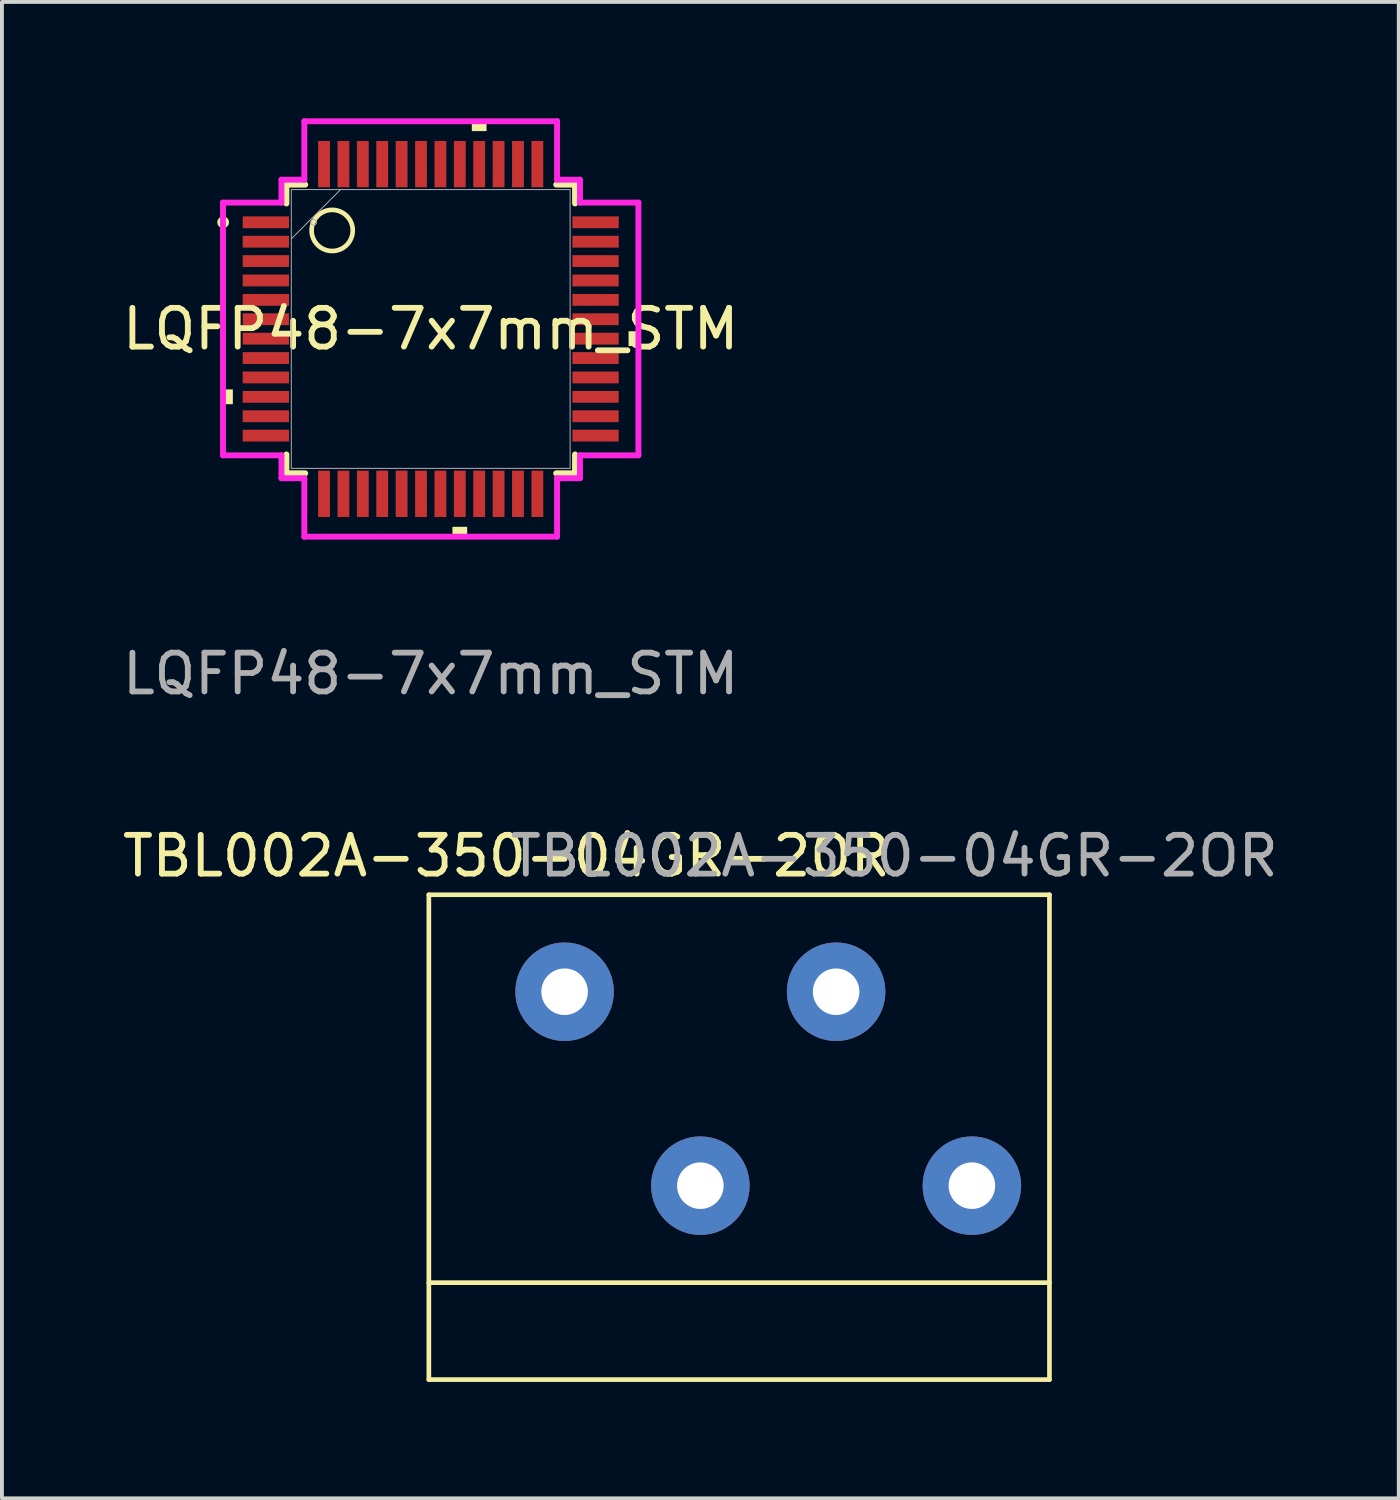
<source format=kicad_pcb>
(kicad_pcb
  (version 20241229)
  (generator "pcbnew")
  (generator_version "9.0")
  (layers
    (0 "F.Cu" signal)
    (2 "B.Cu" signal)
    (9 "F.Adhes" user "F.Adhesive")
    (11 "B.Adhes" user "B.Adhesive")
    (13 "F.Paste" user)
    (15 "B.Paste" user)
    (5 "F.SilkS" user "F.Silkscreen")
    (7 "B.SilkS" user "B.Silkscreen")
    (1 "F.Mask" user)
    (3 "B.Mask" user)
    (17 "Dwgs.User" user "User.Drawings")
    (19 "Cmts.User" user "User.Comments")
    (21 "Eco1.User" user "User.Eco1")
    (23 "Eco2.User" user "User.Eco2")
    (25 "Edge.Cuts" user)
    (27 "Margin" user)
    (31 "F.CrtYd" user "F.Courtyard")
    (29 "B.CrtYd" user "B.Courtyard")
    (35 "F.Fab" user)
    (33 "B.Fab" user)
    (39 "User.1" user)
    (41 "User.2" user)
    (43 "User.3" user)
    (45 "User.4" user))
  (footprint "LQFP48-7x7mm_STM"
    (layer "F.Cu")
    (at 8.054 5.431)
    (property "Reference" "LQFP48-7x7mm_STM" (at 0 0 0) (unlocked yes) (layer "F.SilkS") (effects (font (size 1 1) (thickness 0.15))))
    (attr smd)
    (fp_line (start -3.721 -3.721) (end -3.721 -3.235) (stroke (width 0.152) (type solid)) (layer "F.SilkS"))
    (fp_line (start -3.721 3.235) (end -3.721 3.721) (stroke (width 0.152) (type solid)) (layer "F.SilkS"))
    (fp_line (start -3.721 3.721) (end -3.235 3.721) (stroke (width 0.152) (type solid)) (layer "F.SilkS"))
    (fp_line (start -3.235 -3.721) (end -3.721 -3.721) (stroke (width 0.152) (type solid)) (layer "F.SilkS"))
    (fp_line (start 3.235 3.721) (end 3.721 3.721) (stroke (width 0.152) (type solid)) (layer "F.SilkS"))
    (fp_line (start 3.721 -3.721) (end 3.235 -3.721) (stroke (width 0.152) (type solid)) (layer "F.SilkS"))
    (fp_line (start 3.721 -3.235) (end 3.721 -3.721) (stroke (width 0.152) (type solid)) (layer "F.SilkS"))
    (fp_line (start 3.721 3.721) (end 3.721 3.235) (stroke (width 0.152) (type solid)) (layer "F.SilkS"))
    (fp_circle (center -5.351 -2.75) (end -5.275 -2.75) (stroke (width 0.152) (type solid)) (fill no) (layer "F.SilkS"))
    (fp_circle (center -2.54 -2.54) (end -2.01 -2.551) (stroke (width 0.12) (type default)) (fill no) (layer "F.SilkS"))
    (fp_poly (pts (xy -5.355 1.559) (xy -5.355 1.94) (xy -5.101 1.94) (xy -5.101 1.559)) (stroke (width 0) (type solid)) (fill yes) (layer "F.SilkS"))
    (fp_poly (pts (xy 0.56 5.101) (xy 0.56 5.355) (xy 0.941 5.355) (xy 0.941 5.101)) (stroke (width 0) (type solid)) (fill yes) (layer "F.SilkS"))
    (fp_poly (pts (xy 1.06 -5.101) (xy 1.06 -5.355) (xy 1.44 -5.355) (xy 1.44 -5.101)) (stroke (width 0) (type solid)) (fill yes) (layer "F.SilkS"))
    (fp_poly (pts (xy 5.355 0.059) (xy 5.355 0.441) (xy 5.101 0.441) (xy 5.101 0.059)) (stroke (width 0) (type solid)) (fill yes) (layer "F.SilkS"))
    (fp_line (start -5.355 -3.258) (end -3.848 -3.258) (stroke (width 0.152) (type solid)) (layer "F.CrtYd"))
    (fp_line (start -5.355 3.258) (end -5.355 -3.258) (stroke (width 0.152) (type solid)) (layer "F.CrtYd"))
    (fp_line (start -3.848 -3.848) (end -3.258 -3.848) (stroke (width 0.152) (type solid)) (layer "F.CrtYd"))
    (fp_line (start -3.848 -3.258) (end -3.848 -3.848) (stroke (width 0.152) (type solid)) (layer "F.CrtYd"))
    (fp_line (start -3.848 3.258) (end -5.355 3.258) (stroke (width 0.152) (type solid)) (layer "F.CrtYd"))
    (fp_line (start -3.848 3.848) (end -3.848 3.258) (stroke (width 0.152) (type solid)) (layer "F.CrtYd"))
    (fp_line (start -3.258 -5.355) (end 3.258 -5.355) (stroke (width 0.152) (type solid)) (layer "F.CrtYd"))
    (fp_line (start -3.258 -3.848) (end -3.258 -5.355) (stroke (width 0.152) (type solid)) (layer "F.CrtYd"))
    (fp_line (start -3.258 3.848) (end -3.848 3.848) (stroke (width 0.152) (type solid)) (layer "F.CrtYd"))
    (fp_line (start -3.258 5.355) (end -3.258 3.848) (stroke (width 0.152) (type solid)) (layer "F.CrtYd"))
    (fp_line (start 3.258 -5.355) (end 3.258 -3.848) (stroke (width 0.152) (type solid)) (layer "F.CrtYd"))
    (fp_line (start 3.258 -3.848) (end 3.848 -3.848) (stroke (width 0.152) (type solid)) (layer "F.CrtYd"))
    (fp_line (start 3.258 3.848) (end 3.258 5.355) (stroke (width 0.152) (type solid)) (layer "F.CrtYd"))
    (fp_line (start 3.258 5.355) (end -3.258 5.355) (stroke (width 0.152) (type solid)) (layer "F.CrtYd"))
    (fp_line (start 3.848 -3.848) (end 3.848 -3.258) (stroke (width 0.152) (type solid)) (layer "F.CrtYd"))
    (fp_line (start 3.848 -3.258) (end 5.355 -3.258) (stroke (width 0.152) (type solid)) (layer "F.CrtYd"))
    (fp_line (start 3.848 3.258) (end 3.848 3.848) (stroke (width 0.152) (type solid)) (layer "F.CrtYd"))
    (fp_line (start 3.848 3.848) (end 3.258 3.848) (stroke (width 0.152) (type solid)) (layer "F.CrtYd"))
    (fp_line (start 5.355 -3.258) (end 5.355 3.258) (stroke (width 0.152) (type solid)) (layer "F.CrtYd"))
    (fp_line (start 5.355 3.258) (end 3.848 3.258) (stroke (width 0.152) (type solid)) (layer "F.CrtYd"))
    (fp_line (start -3.594 -3.594) (end -3.594 3.594) (stroke (width 0.025) (type solid)) (layer "F.Fab"))
    (fp_line (start -3.594 -2.324) (end -2.324 -3.594) (stroke (width 0.025) (type solid)) (layer "F.Fab"))
    (fp_line (start -3.594 3.594) (end 3.594 3.594) (stroke (width 0.025) (type solid)) (layer "F.Fab"))
    (fp_line (start 3.594 -3.594) (end -3.594 -3.594) (stroke (width 0.025) (type solid)) (layer "F.Fab"))
    (fp_line (start 3.594 3.594) (end 3.594 -3.594) (stroke (width 0.025) (type solid)) (layer "F.Fab"))
    (fp_circle (center -3.018 -2.75) (end -2.942 -2.75) (stroke (width 0.025) (type solid)) (fill no) (layer "F.Fab"))
    (fp_text user "${REFERENCE}" (at 0 8.89 0) (unlocked yes) (layer "F.Fab") (effects (font (size 1 1) (thickness 0.15))))
    (pad "1" smd rect (at -4.25 -2.75) (size 1.194 0.305) (layers "F.Cu" "F.Mask" "F.Paste"))
    (pad "2" smd rect (at -4.25 -2.25) (size 1.194 0.305) (layers "F.Cu" "F.Mask" "F.Paste"))
    (pad "3" smd rect (at -4.25 -1.75) (size 1.194 0.305) (layers "F.Cu" "F.Mask" "F.Paste"))
    (pad "4" smd rect (at -4.25 -1.25) (size 1.194 0.305) (layers "F.Cu" "F.Mask" "F.Paste"))
    (pad "5" smd rect (at -4.25 -0.75) (size 1.194 0.305) (layers "F.Cu" "F.Mask" "F.Paste"))
    (pad "6" smd rect (at -4.25 -0.25) (size 1.194 0.305) (layers "F.Cu" "F.Mask" "F.Paste"))
    (pad "7" smd rect (at -4.25 0.25) (size 1.194 0.305) (layers "F.Cu" "F.Mask" "F.Paste"))
    (pad "8" smd rect (at -4.25 0.75) (size 1.194 0.305) (layers "F.Cu" "F.Mask" "F.Paste"))
    (pad "9" smd rect (at -4.25 1.25) (size 1.194 0.305) (layers "F.Cu" "F.Mask" "F.Paste"))
    (pad "10" smd rect (at -4.25 1.75) (size 1.194 0.305) (layers "F.Cu" "F.Mask" "F.Paste"))
    (pad "11" smd rect (at -4.25 2.25) (size 1.194 0.305) (layers "F.Cu" "F.Mask" "F.Paste"))
    (pad "12" smd rect (at -4.25 2.75) (size 1.194 0.305) (layers "F.Cu" "F.Mask" "F.Paste"))
    (pad "13" smd rect (at -2.75 4.25 90) (size 1.194 0.305) (layers "F.Cu" "F.Mask" "F.Paste"))
    (pad "14" smd rect (at -2.25 4.25 90) (size 1.194 0.305) (layers "F.Cu" "F.Mask" "F.Paste"))
    (pad "15" smd rect (at -1.75 4.25 90) (size 1.194 0.305) (layers "F.Cu" "F.Mask" "F.Paste"))
    (pad "16" smd rect (at -1.25 4.25 90) (size 1.194 0.305) (layers "F.Cu" "F.Mask" "F.Paste"))
    (pad "17" smd rect (at -0.75 4.25 90) (size 1.194 0.305) (layers "F.Cu" "F.Mask" "F.Paste"))
    (pad "18" smd rect (at -0.25 4.25 90) (size 1.194 0.305) (layers "F.Cu" "F.Mask" "F.Paste"))
    (pad "19" smd rect (at 0.25 4.25 90) (size 1.194 0.305) (layers "F.Cu" "F.Mask" "F.Paste"))
    (pad "20" smd rect (at 0.75 4.25 90) (size 1.194 0.305) (layers "F.Cu" "F.Mask" "F.Paste"))
    (pad "21" smd rect (at 1.25 4.25 90) (size 1.194 0.305) (layers "F.Cu" "F.Mask" "F.Paste"))
    (pad "22" smd rect (at 1.75 4.25 90) (size 1.194 0.305) (layers "F.Cu" "F.Mask" "F.Paste"))
    (pad "23" smd rect (at 2.25 4.25 90) (size 1.194 0.305) (layers "F.Cu" "F.Mask" "F.Paste"))
    (pad "24" smd rect (at 2.75 4.25 90) (size 1.194 0.305) (layers "F.Cu" "F.Mask" "F.Paste"))
    (pad "25" smd rect (at 4.25 2.75) (size 1.194 0.305) (layers "F.Cu" "F.Mask" "F.Paste"))
    (pad "26" smd rect (at 4.25 2.25) (size 1.194 0.305) (layers "F.Cu" "F.Mask" "F.Paste"))
    (pad "27" smd rect (at 4.25 1.75) (size 1.194 0.305) (layers "F.Cu" "F.Mask" "F.Paste"))
    (pad "28" smd rect (at 4.25 1.25) (size 1.194 0.305) (layers "F.Cu" "F.Mask" "F.Paste"))
    (pad "29" smd rect (at 4.25 0.75) (size 1.194 0.305) (layers "F.Cu" "F.Mask" "F.Paste"))
    (pad "30" smd rect (at 4.25 0.25) (size 1.194 0.305) (layers "F.Cu" "F.Mask" "F.Paste"))
    (pad "31" smd rect (at 4.25 -0.25) (size 1.194 0.305) (layers "F.Cu" "F.Mask" "F.Paste"))
    (pad "32" smd rect (at 4.25 -0.75) (size 1.194 0.305) (layers "F.Cu" "F.Mask" "F.Paste"))
    (pad "33" smd rect (at 4.25 -1.25) (size 1.194 0.305) (layers "F.Cu" "F.Mask" "F.Paste"))
    (pad "34" smd rect (at 4.25 -1.75) (size 1.194 0.305) (layers "F.Cu" "F.Mask" "F.Paste"))
    (pad "35" smd rect (at 4.25 -2.25) (size 1.194 0.305) (layers "F.Cu" "F.Mask" "F.Paste"))
    (pad "36" smd rect (at 4.25 -2.75) (size 1.194 0.305) (layers "F.Cu" "F.Mask" "F.Paste"))
    (pad "37" smd rect (at 2.75 -4.25 90) (size 1.194 0.305) (layers "F.Cu" "F.Mask" "F.Paste"))
    (pad "38" smd rect (at 2.25 -4.25 90) (size 1.194 0.305) (layers "F.Cu" "F.Mask" "F.Paste"))
    (pad "39" smd rect (at 1.75 -4.25 90) (size 1.194 0.305) (layers "F.Cu" "F.Mask" "F.Paste"))
    (pad "40" smd rect (at 1.25 -4.25 90) (size 1.194 0.305) (layers "F.Cu" "F.Mask" "F.Paste"))
    (pad "41" smd rect (at 0.75 -4.25 90) (size 1.194 0.305) (layers "F.Cu" "F.Mask" "F.Paste"))
    (pad "42" smd rect (at 0.25 -4.25 90) (size 1.194 0.305) (layers "F.Cu" "F.Mask" "F.Paste"))
    (pad "43" smd rect (at -0.25 -4.25 90) (size 1.194 0.305) (layers "F.Cu" "F.Mask" "F.Paste"))
    (pad "44" smd rect (at -0.75 -4.25 90) (size 1.194 0.305) (layers "F.Cu" "F.Mask" "F.Paste"))
    (pad "45" smd rect (at -1.25 -4.25 90) (size 1.194 0.305) (layers "F.Cu" "F.Mask" "F.Paste"))
    (pad "46" smd rect (at -1.75 -4.25 90) (size 1.194 0.305) (layers "F.Cu" "F.Mask" "F.Paste"))
    (pad "47" smd rect (at -2.25 -4.25 90) (size 1.194 0.305) (layers "F.Cu" "F.Mask" "F.Paste"))
    (pad "48" smd rect (at -2.75 -4.25 90) (size 1.194 0.305) (layers "F.Cu" "F.Mask" "F.Paste")))
  (footprint "TBL002A-350-04GR-2OR"
    (layer "F.Cu")
    (at 11.506 27.518)
    (property "Reference" "TBL002A-350-04GR-2OR" (at -1.5 -8.5 0) (unlocked yes) (layer "F.SilkS") (effects (font (size 1 1) (thickness 0.15))))
    (attr through_hole)
    (fp_line (start -3.5 -7.5) (end 12.5 -7.5) (stroke (width 0.12) (type default)) (layer "F.SilkS"))
    (fp_line (start -3.5 2.5) (end 12.5 2.5) (stroke (width 0.12) (type default)) (layer "F.SilkS"))
    (fp_line (start -3.5 5) (end -3.5 -7.5) (stroke (width 0.12) (type default)) (layer "F.SilkS"))
    (fp_line (start 12.5 -7.5) (end 12.5 5) (stroke (width 0.12) (type default)) (layer "F.SilkS"))
    (fp_line (start 12.5 5) (end -3.5 5) (stroke (width 0.12) (type default)) (layer "F.SilkS"))
    (fp_text user "${REFERENCE}" (at 8.5 -8.5 0) (unlocked yes) (layer "F.Fab") (effects (font (size 1 1) (thickness 0.15))))
    (pad "1" thru_hole circle (at 0 -5) (size 2.54 2.54) (drill 1.2) (layers "*.Cu" "*.Mask"))
    (pad "2" thru_hole circle (at 3.5 0) (size 2.54 2.54) (drill 1.2) (layers "*.Cu" "*.Mask"))
    (pad "3" thru_hole circle (at 7 -5) (size 2.54 2.54) (drill 1.2) (layers "*.Cu" "*.Mask"))
    (pad "4" thru_hole circle (at 10.5 0) (size 2.54 2.54) (drill 1.2) (layers "*.Cu" "*.Mask")))
  (gr_rect
    (start -3 -3)
    (end 33.012 35.578)
    (stroke (width 0.1) (type default))
    (fill no)
    (layer "Edge.Cuts")))
</source>
